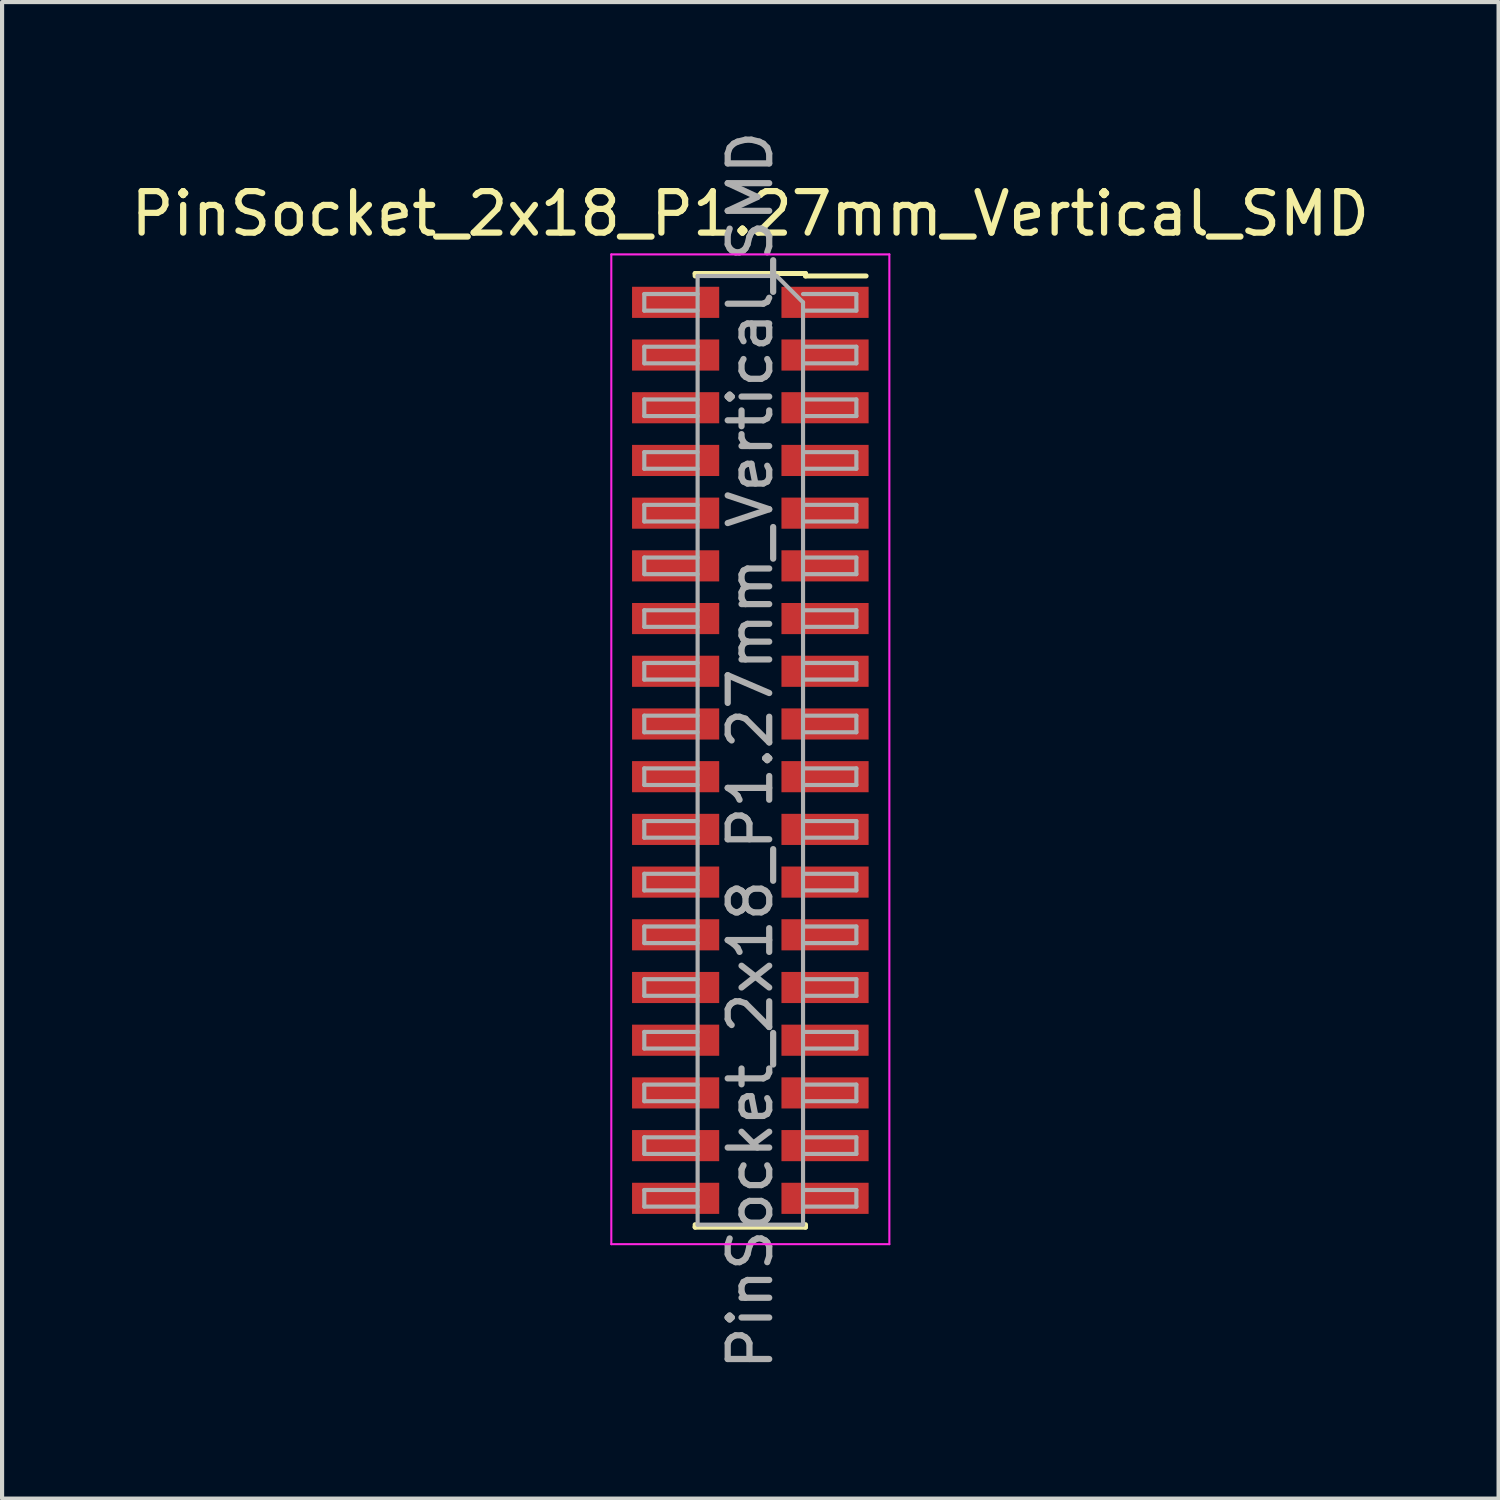
<source format=kicad_pcb>
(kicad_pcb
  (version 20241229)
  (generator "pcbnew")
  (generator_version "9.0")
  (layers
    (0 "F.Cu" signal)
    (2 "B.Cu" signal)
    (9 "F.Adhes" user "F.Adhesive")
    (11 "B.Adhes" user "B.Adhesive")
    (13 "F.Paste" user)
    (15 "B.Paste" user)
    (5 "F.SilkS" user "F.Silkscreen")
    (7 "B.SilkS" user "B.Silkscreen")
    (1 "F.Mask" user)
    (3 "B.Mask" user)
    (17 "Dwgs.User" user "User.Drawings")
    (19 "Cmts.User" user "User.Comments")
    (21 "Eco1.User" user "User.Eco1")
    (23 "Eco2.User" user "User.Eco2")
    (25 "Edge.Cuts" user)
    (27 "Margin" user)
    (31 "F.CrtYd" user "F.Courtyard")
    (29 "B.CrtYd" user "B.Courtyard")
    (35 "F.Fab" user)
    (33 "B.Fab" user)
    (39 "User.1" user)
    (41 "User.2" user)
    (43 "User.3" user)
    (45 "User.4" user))
  (footprint "PinSocket_2x18_P1.27mm_Vertical_SMD"
    (layer "F.Cu")
    (at 15.03 15.03)
    (property "Reference" "PinSocket_2x18_P1.27mm_Vertical_SMD" (at 0 -12.93 0) (layer "F.SilkS") (effects (font (size 1 1) (thickness 0.15))))
    (attr smd)
    (fp_line (start -1.33 -11.49) (end -1.33 -11.43) (stroke (width 0.12) (type solid)) (layer "F.SilkS"))
    (fp_line (start -1.33 -11.49) (end 1.33 -11.49) (stroke (width 0.12) (type solid)) (layer "F.SilkS"))
    (fp_line (start -1.33 11.43) (end -1.33 11.49) (stroke (width 0.12) (type solid)) (layer "F.SilkS"))
    (fp_line (start -1.33 11.49) (end 1.33 11.49) (stroke (width 0.12) (type solid)) (layer "F.SilkS"))
    (fp_line (start 1.33 -11.49) (end 1.33 -11.43) (stroke (width 0.12) (type solid)) (layer "F.SilkS"))
    (fp_line (start 1.33 -11.43) (end 2.79 -11.43) (stroke (width 0.12) (type solid)) (layer "F.SilkS"))
    (fp_line (start 1.33 11.43) (end 1.33 11.49) (stroke (width 0.12) (type solid)) (layer "F.SilkS"))
    (fp_line (start -3.35 -11.95) (end 3.35 -11.95) (stroke (width 0.05) (type solid)) (layer "F.CrtYd"))
    (fp_line (start -3.35 11.9) (end -3.35 -11.95) (stroke (width 0.05) (type solid)) (layer "F.CrtYd"))
    (fp_line (start 3.35 -11.95) (end 3.35 11.9) (stroke (width 0.05) (type solid)) (layer "F.CrtYd"))
    (fp_line (start 3.35 11.9) (end -3.35 11.9) (stroke (width 0.05) (type solid)) (layer "F.CrtYd"))
    (fp_line (start -2.555 -10.995) (end -1.27 -10.995) (stroke (width 0.1) (type solid)) (layer "F.Fab"))
    (fp_line (start -2.555 -10.595) (end -2.555 -10.995) (stroke (width 0.1) (type solid)) (layer "F.Fab"))
    (fp_line (start -2.555 -9.725) (end -1.27 -9.725) (stroke (width 0.1) (type solid)) (layer "F.Fab"))
    (fp_line (start -2.555 -9.325) (end -2.555 -9.725) (stroke (width 0.1) (type solid)) (layer "F.Fab"))
    (fp_line (start -2.555 -8.455) (end -1.27 -8.455) (stroke (width 0.1) (type solid)) (layer "F.Fab"))
    (fp_line (start -2.555 -8.055) (end -2.555 -8.455) (stroke (width 0.1) (type solid)) (layer "F.Fab"))
    (fp_line (start -2.555 -7.185) (end -1.27 -7.185) (stroke (width 0.1) (type solid)) (layer "F.Fab"))
    (fp_line (start -2.555 -6.785) (end -2.555 -7.185) (stroke (width 0.1) (type solid)) (layer "F.Fab"))
    (fp_line (start -2.555 -5.915) (end -1.27 -5.915) (stroke (width 0.1) (type solid)) (layer "F.Fab"))
    (fp_line (start -2.555 -5.515) (end -2.555 -5.915) (stroke (width 0.1) (type solid)) (layer "F.Fab"))
    (fp_line (start -2.555 -4.645) (end -1.27 -4.645) (stroke (width 0.1) (type solid)) (layer "F.Fab"))
    (fp_line (start -2.555 -4.245) (end -2.555 -4.645) (stroke (width 0.1) (type solid)) (layer "F.Fab"))
    (fp_line (start -2.555 -3.375) (end -1.27 -3.375) (stroke (width 0.1) (type solid)) (layer "F.Fab"))
    (fp_line (start -2.555 -2.975) (end -2.555 -3.375) (stroke (width 0.1) (type solid)) (layer "F.Fab"))
    (fp_line (start -2.555 -2.105) (end -1.27 -2.105) (stroke (width 0.1) (type solid)) (layer "F.Fab"))
    (fp_line (start -2.555 -1.705) (end -2.555 -2.105) (stroke (width 0.1) (type solid)) (layer "F.Fab"))
    (fp_line (start -2.555 -0.835) (end -1.27 -0.835) (stroke (width 0.1) (type solid)) (layer "F.Fab"))
    (fp_line (start -2.555 -0.435) (end -2.555 -0.835) (stroke (width 0.1) (type solid)) (layer "F.Fab"))
    (fp_line (start -2.555 0.435) (end -1.27 0.435) (stroke (width 0.1) (type solid)) (layer "F.Fab"))
    (fp_line (start -2.555 0.835) (end -2.555 0.435) (stroke (width 0.1) (type solid)) (layer "F.Fab"))
    (fp_line (start -2.555 1.705) (end -1.27 1.705) (stroke (width 0.1) (type solid)) (layer "F.Fab"))
    (fp_line (start -2.555 2.105) (end -2.555 1.705) (stroke (width 0.1) (type solid)) (layer "F.Fab"))
    (fp_line (start -2.555 2.975) (end -1.27 2.975) (stroke (width 0.1) (type solid)) (layer "F.Fab"))
    (fp_line (start -2.555 3.375) (end -2.555 2.975) (stroke (width 0.1) (type solid)) (layer "F.Fab"))
    (fp_line (start -2.555 4.245) (end -1.27 4.245) (stroke (width 0.1) (type solid)) (layer "F.Fab"))
    (fp_line (start -2.555 4.645) (end -2.555 4.245) (stroke (width 0.1) (type solid)) (layer "F.Fab"))
    (fp_line (start -2.555 5.515) (end -1.27 5.515) (stroke (width 0.1) (type solid)) (layer "F.Fab"))
    (fp_line (start -2.555 5.915) (end -2.555 5.515) (stroke (width 0.1) (type solid)) (layer "F.Fab"))
    (fp_line (start -2.555 6.785) (end -1.27 6.785) (stroke (width 0.1) (type solid)) (layer "F.Fab"))
    (fp_line (start -2.555 7.185) (end -2.555 6.785) (stroke (width 0.1) (type solid)) (layer "F.Fab"))
    (fp_line (start -2.555 8.055) (end -1.27 8.055) (stroke (width 0.1) (type solid)) (layer "F.Fab"))
    (fp_line (start -2.555 8.455) (end -2.555 8.055) (stroke (width 0.1) (type solid)) (layer "F.Fab"))
    (fp_line (start -2.555 9.325) (end -1.27 9.325) (stroke (width 0.1) (type solid)) (layer "F.Fab"))
    (fp_line (start -2.555 9.725) (end -2.555 9.325) (stroke (width 0.1) (type solid)) (layer "F.Fab"))
    (fp_line (start -2.555 10.595) (end -1.27 10.595) (stroke (width 0.1) (type solid)) (layer "F.Fab"))
    (fp_line (start -2.555 10.995) (end -2.555 10.595) (stroke (width 0.1) (type solid)) (layer "F.Fab"))
    (fp_line (start -1.27 -11.43) (end 0.635 -11.43) (stroke (width 0.1) (type solid)) (layer "F.Fab"))
    (fp_line (start -1.27 -10.595) (end -2.555 -10.595) (stroke (width 0.1) (type solid)) (layer "F.Fab"))
    (fp_line (start -1.27 -9.325) (end -2.555 -9.325) (stroke (width 0.1) (type solid)) (layer "F.Fab"))
    (fp_line (start -1.27 -8.055) (end -2.555 -8.055) (stroke (width 0.1) (type solid)) (layer "F.Fab"))
    (fp_line (start -1.27 -6.785) (end -2.555 -6.785) (stroke (width 0.1) (type solid)) (layer "F.Fab"))
    (fp_line (start -1.27 -5.515) (end -2.555 -5.515) (stroke (width 0.1) (type solid)) (layer "F.Fab"))
    (fp_line (start -1.27 -4.245) (end -2.555 -4.245) (stroke (width 0.1) (type solid)) (layer "F.Fab"))
    (fp_line (start -1.27 -2.975) (end -2.555 -2.975) (stroke (width 0.1) (type solid)) (layer "F.Fab"))
    (fp_line (start -1.27 -1.705) (end -2.555 -1.705) (stroke (width 0.1) (type solid)) (layer "F.Fab"))
    (fp_line (start -1.27 -0.435) (end -2.555 -0.435) (stroke (width 0.1) (type solid)) (layer "F.Fab"))
    (fp_line (start -1.27 0.835) (end -2.555 0.835) (stroke (width 0.1) (type solid)) (layer "F.Fab"))
    (fp_line (start -1.27 2.105) (end -2.555 2.105) (stroke (width 0.1) (type solid)) (layer "F.Fab"))
    (fp_line (start -1.27 3.375) (end -2.555 3.375) (stroke (width 0.1) (type solid)) (layer "F.Fab"))
    (fp_line (start -1.27 4.645) (end -2.555 4.645) (stroke (width 0.1) (type solid)) (layer "F.Fab"))
    (fp_line (start -1.27 5.915) (end -2.555 5.915) (stroke (width 0.1) (type solid)) (layer "F.Fab"))
    (fp_line (start -1.27 7.185) (end -2.555 7.185) (stroke (width 0.1) (type solid)) (layer "F.Fab"))
    (fp_line (start -1.27 8.455) (end -2.555 8.455) (stroke (width 0.1) (type solid)) (layer "F.Fab"))
    (fp_line (start -1.27 9.725) (end -2.555 9.725) (stroke (width 0.1) (type solid)) (layer "F.Fab"))
    (fp_line (start -1.27 10.995) (end -2.555 10.995) (stroke (width 0.1) (type solid)) (layer "F.Fab"))
    (fp_line (start -1.27 11.43) (end -1.27 -11.43) (stroke (width 0.1) (type solid)) (layer "F.Fab"))
    (fp_line (start 0.635 -11.43) (end 1.27 -10.795) (stroke (width 0.1) (type solid)) (layer "F.Fab"))
    (fp_line (start 1.27 -10.995) (end 2.555 -10.995) (stroke (width 0.1) (type solid)) (layer "F.Fab"))
    (fp_line (start 1.27 -10.795) (end 1.27 11.43) (stroke (width 0.1) (type solid)) (layer "F.Fab"))
    (fp_line (start 1.27 -9.725) (end 2.555 -9.725) (stroke (width 0.1) (type solid)) (layer "F.Fab"))
    (fp_line (start 1.27 -8.455) (end 2.555 -8.455) (stroke (width 0.1) (type solid)) (layer "F.Fab"))
    (fp_line (start 1.27 -7.185) (end 2.555 -7.185) (stroke (width 0.1) (type solid)) (layer "F.Fab"))
    (fp_line (start 1.27 -5.915) (end 2.555 -5.915) (stroke (width 0.1) (type solid)) (layer "F.Fab"))
    (fp_line (start 1.27 -4.645) (end 2.555 -4.645) (stroke (width 0.1) (type solid)) (layer "F.Fab"))
    (fp_line (start 1.27 -3.375) (end 2.555 -3.375) (stroke (width 0.1) (type solid)) (layer "F.Fab"))
    (fp_line (start 1.27 -2.105) (end 2.555 -2.105) (stroke (width 0.1) (type solid)) (layer "F.Fab"))
    (fp_line (start 1.27 -0.835) (end 2.555 -0.835) (stroke (width 0.1) (type solid)) (layer "F.Fab"))
    (fp_line (start 1.27 0.435) (end 2.555 0.435) (stroke (width 0.1) (type solid)) (layer "F.Fab"))
    (fp_line (start 1.27 1.705) (end 2.555 1.705) (stroke (width 0.1) (type solid)) (layer "F.Fab"))
    (fp_line (start 1.27 2.975) (end 2.555 2.975) (stroke (width 0.1) (type solid)) (layer "F.Fab"))
    (fp_line (start 1.27 4.245) (end 2.555 4.245) (stroke (width 0.1) (type solid)) (layer "F.Fab"))
    (fp_line (start 1.27 5.515) (end 2.555 5.515) (stroke (width 0.1) (type solid)) (layer "F.Fab"))
    (fp_line (start 1.27 6.785) (end 2.555 6.785) (stroke (width 0.1) (type solid)) (layer "F.Fab"))
    (fp_line (start 1.27 8.055) (end 2.555 8.055) (stroke (width 0.1) (type solid)) (layer "F.Fab"))
    (fp_line (start 1.27 9.325) (end 2.555 9.325) (stroke (width 0.1) (type solid)) (layer "F.Fab"))
    (fp_line (start 1.27 10.595) (end 2.555 10.595) (stroke (width 0.1) (type solid)) (layer "F.Fab"))
    (fp_line (start 1.27 11.43) (end -1.27 11.43) (stroke (width 0.1) (type solid)) (layer "F.Fab"))
    (fp_line (start 2.555 -10.995) (end 2.555 -10.595) (stroke (width 0.1) (type solid)) (layer "F.Fab"))
    (fp_line (start 2.555 -10.595) (end 1.27 -10.595) (stroke (width 0.1) (type solid)) (layer "F.Fab"))
    (fp_line (start 2.555 -9.725) (end 2.555 -9.325) (stroke (width 0.1) (type solid)) (layer "F.Fab"))
    (fp_line (start 2.555 -9.325) (end 1.27 -9.325) (stroke (width 0.1) (type solid)) (layer "F.Fab"))
    (fp_line (start 2.555 -8.455) (end 2.555 -8.055) (stroke (width 0.1) (type solid)) (layer "F.Fab"))
    (fp_line (start 2.555 -8.055) (end 1.27 -8.055) (stroke (width 0.1) (type solid)) (layer "F.Fab"))
    (fp_line (start 2.555 -7.185) (end 2.555 -6.785) (stroke (width 0.1) (type solid)) (layer "F.Fab"))
    (fp_line (start 2.555 -6.785) (end 1.27 -6.785) (stroke (width 0.1) (type solid)) (layer "F.Fab"))
    (fp_line (start 2.555 -5.915) (end 2.555 -5.515) (stroke (width 0.1) (type solid)) (layer "F.Fab"))
    (fp_line (start 2.555 -5.515) (end 1.27 -5.515) (stroke (width 0.1) (type solid)) (layer "F.Fab"))
    (fp_line (start 2.555 -4.645) (end 2.555 -4.245) (stroke (width 0.1) (type solid)) (layer "F.Fab"))
    (fp_line (start 2.555 -4.245) (end 1.27 -4.245) (stroke (width 0.1) (type solid)) (layer "F.Fab"))
    (fp_line (start 2.555 -3.375) (end 2.555 -2.975) (stroke (width 0.1) (type solid)) (layer "F.Fab"))
    (fp_line (start 2.555 -2.975) (end 1.27 -2.975) (stroke (width 0.1) (type solid)) (layer "F.Fab"))
    (fp_line (start 2.555 -2.105) (end 2.555 -1.705) (stroke (width 0.1) (type solid)) (layer "F.Fab"))
    (fp_line (start 2.555 -1.705) (end 1.27 -1.705) (stroke (width 0.1) (type solid)) (layer "F.Fab"))
    (fp_line (start 2.555 -0.835) (end 2.555 -0.435) (stroke (width 0.1) (type solid)) (layer "F.Fab"))
    (fp_line (start 2.555 -0.435) (end 1.27 -0.435) (stroke (width 0.1) (type solid)) (layer "F.Fab"))
    (fp_line (start 2.555 0.435) (end 2.555 0.835) (stroke (width 0.1) (type solid)) (layer "F.Fab"))
    (fp_line (start 2.555 0.835) (end 1.27 0.835) (stroke (width 0.1) (type solid)) (layer "F.Fab"))
    (fp_line (start 2.555 1.705) (end 2.555 2.105) (stroke (width 0.1) (type solid)) (layer "F.Fab"))
    (fp_line (start 2.555 2.105) (end 1.27 2.105) (stroke (width 0.1) (type solid)) (layer "F.Fab"))
    (fp_line (start 2.555 2.975) (end 2.555 3.375) (stroke (width 0.1) (type solid)) (layer "F.Fab"))
    (fp_line (start 2.555 3.375) (end 1.27 3.375) (stroke (width 0.1) (type solid)) (layer "F.Fab"))
    (fp_line (start 2.555 4.245) (end 2.555 4.645) (stroke (width 0.1) (type solid)) (layer "F.Fab"))
    (fp_line (start 2.555 4.645) (end 1.27 4.645) (stroke (width 0.1) (type solid)) (layer "F.Fab"))
    (fp_line (start 2.555 5.515) (end 2.555 5.915) (stroke (width 0.1) (type solid)) (layer "F.Fab"))
    (fp_line (start 2.555 5.915) (end 1.27 5.915) (stroke (width 0.1) (type solid)) (layer "F.Fab"))
    (fp_line (start 2.555 6.785) (end 2.555 7.185) (stroke (width 0.1) (type solid)) (layer "F.Fab"))
    (fp_line (start 2.555 7.185) (end 1.27 7.185) (stroke (width 0.1) (type solid)) (layer "F.Fab"))
    (fp_line (start 2.555 8.055) (end 2.555 8.455) (stroke (width 0.1) (type solid)) (layer "F.Fab"))
    (fp_line (start 2.555 8.455) (end 1.27 8.455) (stroke (width 0.1) (type solid)) (layer "F.Fab"))
    (fp_line (start 2.555 9.325) (end 2.555 9.725) (stroke (width 0.1) (type solid)) (layer "F.Fab"))
    (fp_line (start 2.555 9.725) (end 1.27 9.725) (stroke (width 0.1) (type solid)) (layer "F.Fab"))
    (fp_line (start 2.555 10.595) (end 2.555 10.995) (stroke (width 0.1) (type solid)) (layer "F.Fab"))
    (fp_line (start 2.555 10.995) (end 1.27 10.995) (stroke (width 0.1) (type solid)) (layer "F.Fab"))
    (fp_text user "${REFERENCE}" (at 0 0 90) (layer "F.Fab") (effects (font (size 1 1) (thickness 0.15))))
    (pad "1" smd rect (at 1.8 -10.795) (size 2.1 0.75) (layers "F.Cu" "F.Mask" "F.Paste"))
    (pad "2" smd rect (at -1.8 -10.795) (size 2.1 0.75) (layers "F.Cu" "F.Mask" "F.Paste"))
    (pad "3" smd rect (at 1.8 -9.525) (size 2.1 0.75) (layers "F.Cu" "F.Mask" "F.Paste"))
    (pad "4" smd rect (at -1.8 -9.525) (size 2.1 0.75) (layers "F.Cu" "F.Mask" "F.Paste"))
    (pad "5" smd rect (at 1.8 -8.255) (size 2.1 0.75) (layers "F.Cu" "F.Mask" "F.Paste"))
    (pad "6" smd rect (at -1.8 -8.255) (size 2.1 0.75) (layers "F.Cu" "F.Mask" "F.Paste"))
    (pad "7" smd rect (at 1.8 -6.985) (size 2.1 0.75) (layers "F.Cu" "F.Mask" "F.Paste"))
    (pad "8" smd rect (at -1.8 -6.985) (size 2.1 0.75) (layers "F.Cu" "F.Mask" "F.Paste"))
    (pad "9" smd rect (at 1.8 -5.715) (size 2.1 0.75) (layers "F.Cu" "F.Mask" "F.Paste"))
    (pad "10" smd rect (at -1.8 -5.715) (size 2.1 0.75) (layers "F.Cu" "F.Mask" "F.Paste"))
    (pad "11" smd rect (at 1.8 -4.445) (size 2.1 0.75) (layers "F.Cu" "F.Mask" "F.Paste"))
    (pad "12" smd rect (at -1.8 -4.445) (size 2.1 0.75) (layers "F.Cu" "F.Mask" "F.Paste"))
    (pad "13" smd rect (at 1.8 -3.175) (size 2.1 0.75) (layers "F.Cu" "F.Mask" "F.Paste"))
    (pad "14" smd rect (at -1.8 -3.175) (size 2.1 0.75) (layers "F.Cu" "F.Mask" "F.Paste"))
    (pad "15" smd rect (at 1.8 -1.905) (size 2.1 0.75) (layers "F.Cu" "F.Mask" "F.Paste"))
    (pad "16" smd rect (at -1.8 -1.905) (size 2.1 0.75) (layers "F.Cu" "F.Mask" "F.Paste"))
    (pad "17" smd rect (at 1.8 -0.635) (size 2.1 0.75) (layers "F.Cu" "F.Mask" "F.Paste"))
    (pad "18" smd rect (at -1.8 -0.635) (size 2.1 0.75) (layers "F.Cu" "F.Mask" "F.Paste"))
    (pad "19" smd rect (at 1.8 0.635) (size 2.1 0.75) (layers "F.Cu" "F.Mask" "F.Paste"))
    (pad "20" smd rect (at -1.8 0.635) (size 2.1 0.75) (layers "F.Cu" "F.Mask" "F.Paste"))
    (pad "21" smd rect (at 1.8 1.905) (size 2.1 0.75) (layers "F.Cu" "F.Mask" "F.Paste"))
    (pad "22" smd rect (at -1.8 1.905) (size 2.1 0.75) (layers "F.Cu" "F.Mask" "F.Paste"))
    (pad "23" smd rect (at 1.8 3.175) (size 2.1 0.75) (layers "F.Cu" "F.Mask" "F.Paste"))
    (pad "24" smd rect (at -1.8 3.175) (size 2.1 0.75) (layers "F.Cu" "F.Mask" "F.Paste"))
    (pad "25" smd rect (at 1.8 4.445) (size 2.1 0.75) (layers "F.Cu" "F.Mask" "F.Paste"))
    (pad "26" smd rect (at -1.8 4.445) (size 2.1 0.75) (layers "F.Cu" "F.Mask" "F.Paste"))
    (pad "27" smd rect (at 1.8 5.715) (size 2.1 0.75) (layers "F.Cu" "F.Mask" "F.Paste"))
    (pad "28" smd rect (at -1.8 5.715) (size 2.1 0.75) (layers "F.Cu" "F.Mask" "F.Paste"))
    (pad "29" smd rect (at 1.8 6.985) (size 2.1 0.75) (layers "F.Cu" "F.Mask" "F.Paste"))
    (pad "30" smd rect (at -1.8 6.985) (size 2.1 0.75) (layers "F.Cu" "F.Mask" "F.Paste"))
    (pad "31" smd rect (at 1.8 8.255) (size 2.1 0.75) (layers "F.Cu" "F.Mask" "F.Paste"))
    (pad "32" smd rect (at -1.8 8.255) (size 2.1 0.75) (layers "F.Cu" "F.Mask" "F.Paste"))
    (pad "33" smd rect (at 1.8 9.525) (size 2.1 0.75) (layers "F.Cu" "F.Mask" "F.Paste"))
    (pad "34" smd rect (at -1.8 9.525) (size 2.1 0.75) (layers "F.Cu" "F.Mask" "F.Paste"))
    (pad "35" smd rect (at 1.8 10.795) (size 2.1 0.75) (layers "F.Cu" "F.Mask" "F.Paste"))
    (pad "36" smd rect (at -1.8 10.795) (size 2.1 0.75) (layers "F.Cu" "F.Mask" "F.Paste")))
  (gr_rect
    (start -3 -3)
    (end 33.06 33.06)
    (stroke (width 0.1) (type default))
    (fill no)
    (layer "Edge.Cuts")))
</source>
